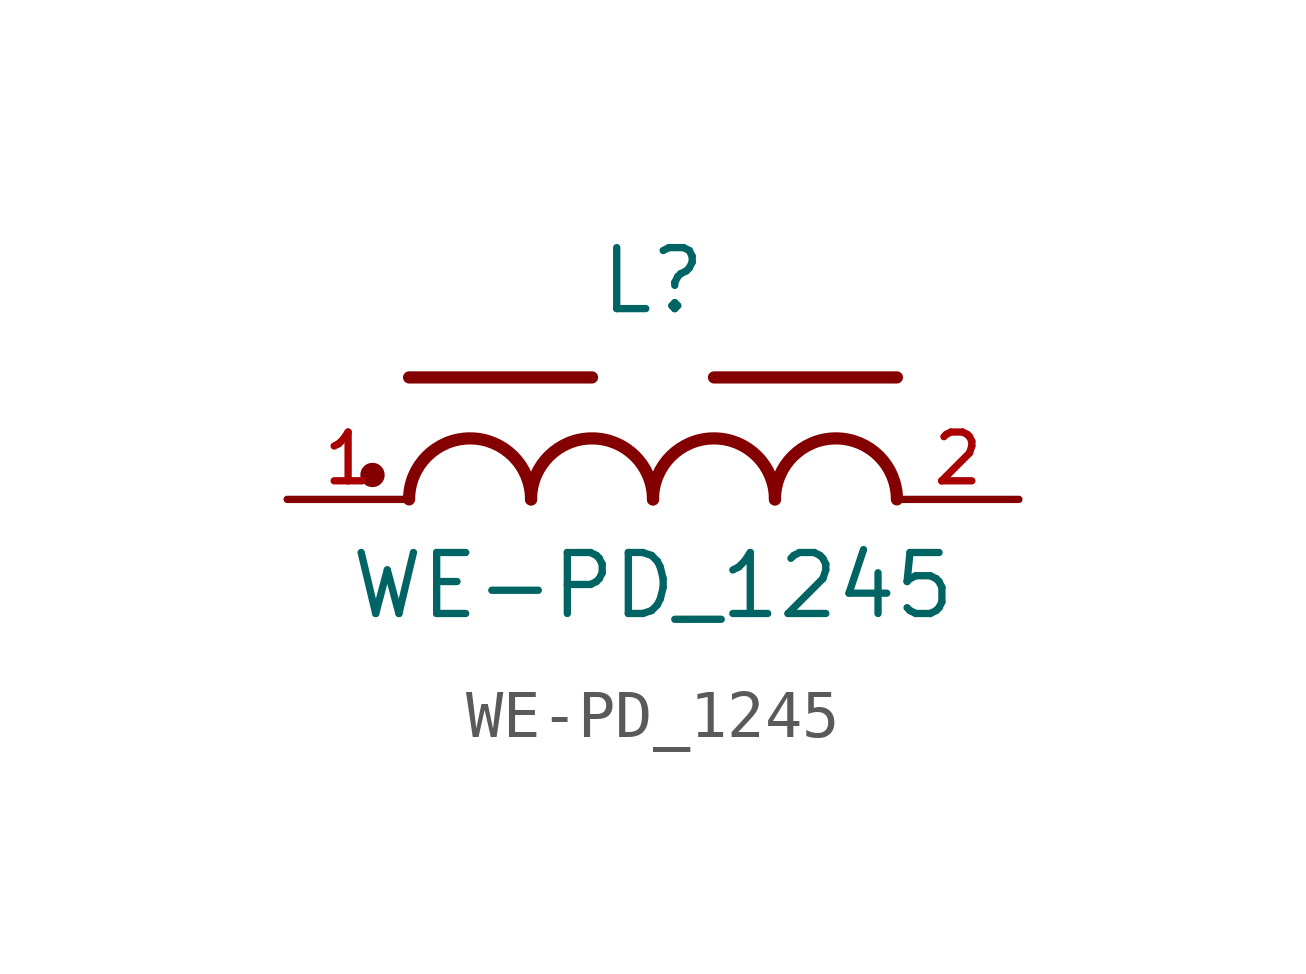
<source format=kicad_sym>
(kicad_symbol_lib
  (version 20211014)
  (generator kicad_symbol_editor)
  (symbol "WE-PD_1245"
    (pin_names
      (offset 1.016))
    (property "Reference" "L"
      (at 0.0 3.81 0)
      (effects (font (size 1.27 1.27)) (justify bottom)))
    (property "Value" "WE-PD_1245"
      (at 0.0 -2.54 0)
      (effects (font (size 1.27 1.27)) (justify bottom)))
    (symbol "WE-PD_1245_0_0"
      (arc (start -2.54 0.0) (mid -3.81 1.27) (end -5.08 0.0) (stroke (width 0.254) (type default) (color 0 0 0 0)) (fill (type none)))
      (arc (start 0.0 0.0) (mid -1.27 1.27) (end -2.54 0.0) (stroke (width 0.254) (type default) (color 0 0 0 0)) (fill (type none)))
      (arc (start 2.54 0.0) (mid 1.27 1.27) (end 0.0 0.0) (stroke (width 0.254) (type default) (color 0 0 0 0)) (fill (type none)))
      (arc (start 5.08 0.0) (mid 3.81 1.27) (end 2.54 0.0) (stroke (width 0.254) (type default) (color 0 0 0 0)) (fill (type none)))
      (polyline (pts (xy -1.27 2.54) (xy -5.08 2.54)) (stroke (width 0.254)))
      (polyline (pts (xy 5.08 2.54) (xy 1.27 2.54)) (stroke (width 0.254)))
      (circle (center -5.842 0.508) (radius 0.127) (stroke (width 0.254)) (fill (type none)))
      (pin passive line (at -7.62 0.0 0) (length 2.54) (name "~" (effects (font (size 1.016 1.016)))) (number "1" (effects (font (size 1.016 1.016)))))
      (pin passive line (at 7.62 0.0 180.0) (length 2.54) (name "~" (effects (font (size 1.016 1.016)))) (number "2" (effects (font (size 1.016 1.016))))))))
</source>
